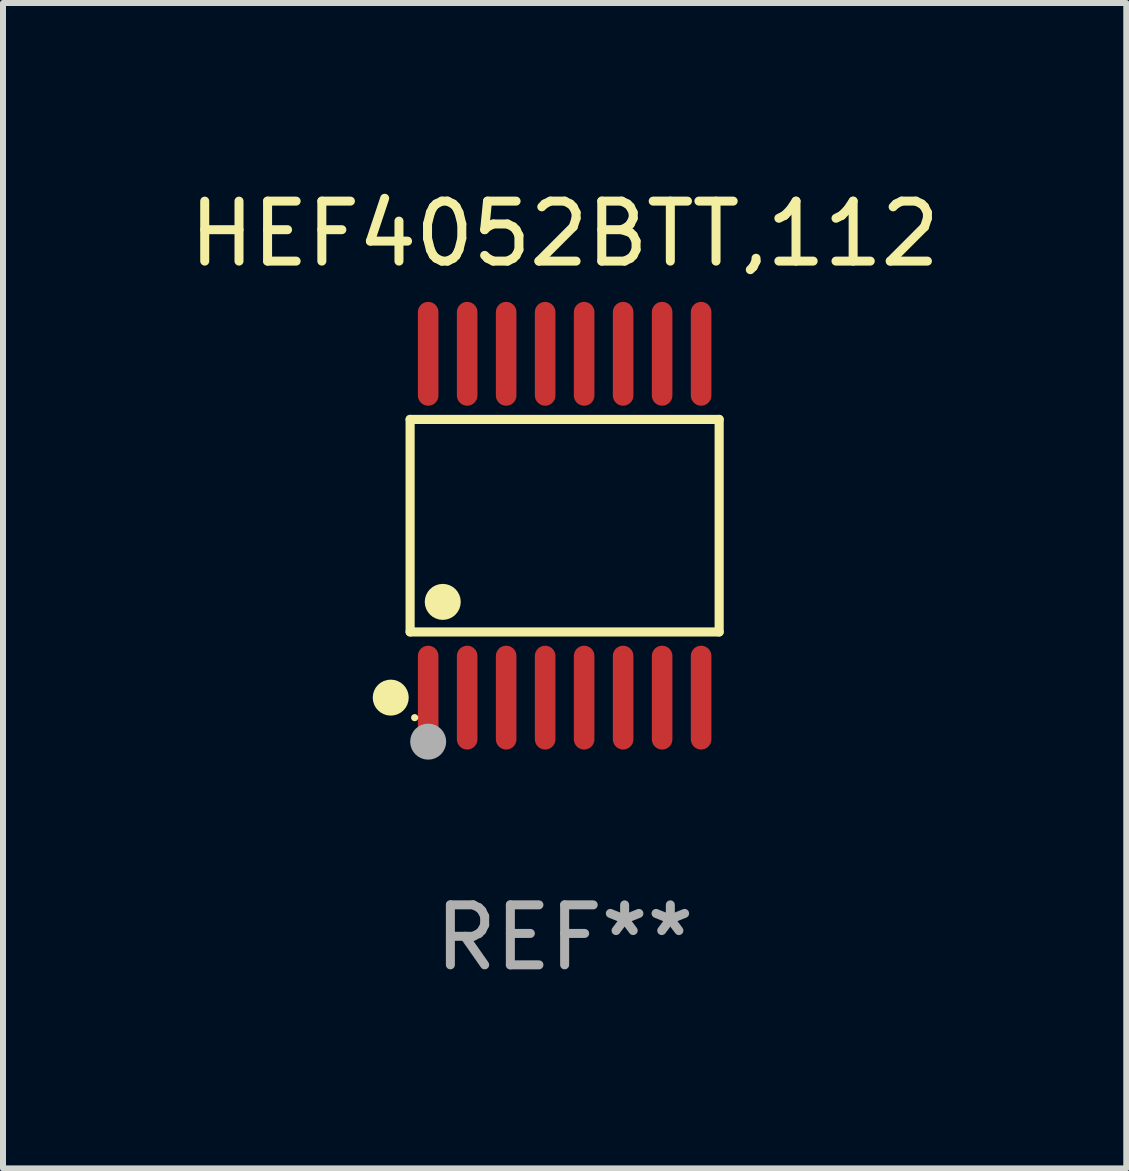
<source format=kicad_pcb>
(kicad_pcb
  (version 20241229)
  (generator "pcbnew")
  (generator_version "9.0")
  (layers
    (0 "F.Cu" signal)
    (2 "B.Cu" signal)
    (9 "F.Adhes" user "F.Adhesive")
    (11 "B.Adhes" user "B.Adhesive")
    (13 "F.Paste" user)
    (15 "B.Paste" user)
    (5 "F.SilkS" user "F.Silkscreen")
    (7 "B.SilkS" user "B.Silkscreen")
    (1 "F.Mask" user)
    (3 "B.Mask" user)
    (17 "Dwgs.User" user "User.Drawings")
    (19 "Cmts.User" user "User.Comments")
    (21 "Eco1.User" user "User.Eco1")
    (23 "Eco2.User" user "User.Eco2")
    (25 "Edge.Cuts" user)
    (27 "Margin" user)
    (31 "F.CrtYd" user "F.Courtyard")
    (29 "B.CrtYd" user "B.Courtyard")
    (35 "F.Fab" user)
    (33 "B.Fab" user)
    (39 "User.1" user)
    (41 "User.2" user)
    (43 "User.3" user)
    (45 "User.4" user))
  (footprint "HEF4052BTT,112"
    (layer "F.Cu")
    (at 6.363 5.714)
    (property "Reference" "HEF4052BTT,112" (at 0 -4.866 0) (layer "F.SilkS") (effects (font (size 1 1) (thickness 0.15))))
    (attr through_hole)
    (fp_line (start -2.576 -1.772) (end 2.576 -1.772) (stroke (width 0.152) (type solid)) (layer "F.SilkS"))
    (fp_line (start -2.576 1.771) (end -2.576 -1.772) (stroke (width 0.152) (type solid)) (layer "F.SilkS"))
    (fp_line (start 2.576 -1.772) (end 2.576 1.771) (stroke (width 0.152) (type solid)) (layer "F.SilkS"))
    (fp_line (start 2.576 1.771) (end -2.576 1.771) (stroke (width 0.152) (type solid)) (layer "F.SilkS"))
    (fp_circle (center -2.899 2.866) (end -2.749 2.866) (stroke (width 0.3) (type solid)) (fill no) (layer "F.SilkS"))
    (fp_circle (center -2.5 3.2) (end -2.47 3.2) (stroke (width 0.06) (type solid)) (fill no) (layer "F.SilkS"))
    (fp_circle (center -2.032 1.27) (end -1.882 1.27) (stroke (width 0.3) (type solid)) (fill no) (layer "F.SilkS"))
    (fp_circle (center -2.275 3.6) (end -2.125 3.6) (stroke (width 0.3) (type solid)) (fill no) (layer "F.Fab"))
    (fp_text user "REF**" (at 0 6.866 0) (layer "F.Fab") (effects (font (size 1 1) (thickness 0.15))))
    (pad "1" smd oval (at -2.275 2.866) (size 0.343 1.731) (layers "F.Cu" "F.Mask" "F.Paste"))
    (pad "2" smd oval (at -1.625 2.866) (size 0.343 1.731) (layers "F.Cu" "F.Mask" "F.Paste"))
    (pad "3" smd oval (at -0.975 2.866) (size 0.343 1.731) (layers "F.Cu" "F.Mask" "F.Paste"))
    (pad "4" smd oval (at -0.325 2.866) (size 0.343 1.731) (layers "F.Cu" "F.Mask" "F.Paste"))
    (pad "5" smd oval (at 0.325 2.866) (size 0.343 1.731) (layers "F.Cu" "F.Mask" "F.Paste"))
    (pad "6" smd oval (at 0.975 2.866) (size 0.343 1.731) (layers "F.Cu" "F.Mask" "F.Paste"))
    (pad "7" smd oval (at 1.625 2.866) (size 0.343 1.731) (layers "F.Cu" "F.Mask" "F.Paste"))
    (pad "8" smd oval (at 2.275 2.866) (size 0.343 1.731) (layers "F.Cu" "F.Mask" "F.Paste"))
    (pad "9" smd oval (at 2.275 -2.866) (size 0.343 1.731) (layers "F.Cu" "F.Mask" "F.Paste"))
    (pad "10" smd oval (at 1.625 -2.866) (size 0.343 1.731) (layers "F.Cu" "F.Mask" "F.Paste"))
    (pad "11" smd oval (at 0.975 -2.866) (size 0.343 1.731) (layers "F.Cu" "F.Mask" "F.Paste"))
    (pad "12" smd oval (at 0.325 -2.866) (size 0.343 1.731) (layers "F.Cu" "F.Mask" "F.Paste"))
    (pad "13" smd oval (at -0.325 -2.866) (size 0.343 1.731) (layers "F.Cu" "F.Mask" "F.Paste"))
    (pad "14" smd oval (at -0.975 -2.866) (size 0.343 1.731) (layers "F.Cu" "F.Mask" "F.Paste"))
    (pad "15" smd oval (at -1.625 -2.866) (size 0.343 1.731) (layers "F.Cu" "F.Mask" "F.Paste"))
    (pad "16" smd oval (at -2.275 -2.866) (size 0.343 1.731) (layers "F.Cu" "F.Mask" "F.Paste")))
  (gr_rect
    (start -3 -3)
    (end 15.726 16.428)
    (stroke (width 0.1) (type default))
    (fill no)
    (layer "Edge.Cuts")))
</source>
